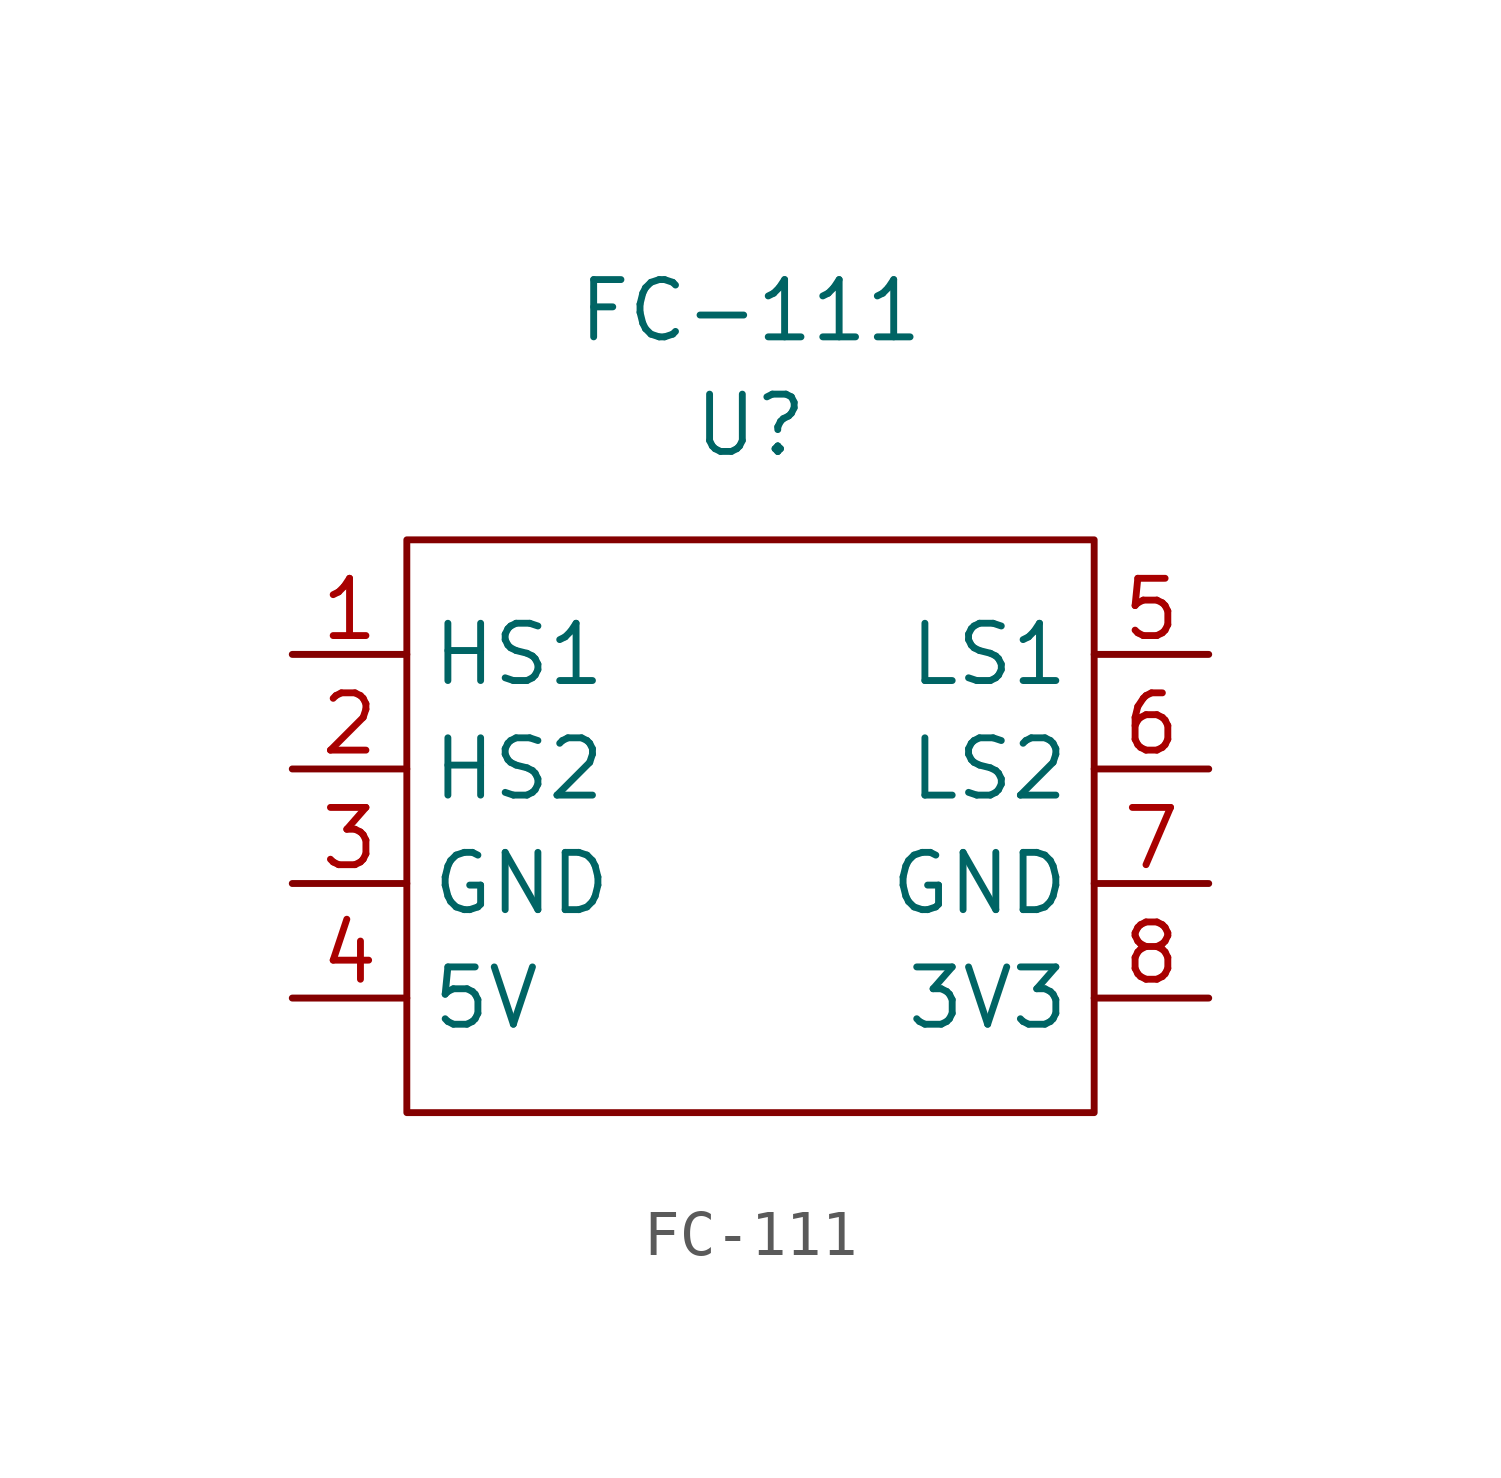
<source format=kicad_sym>
(kicad_symbol_lib
  (version 20200126)
  (host kicad_symbol_editor "(5.99.0-2044-gda2b7071b)")
  (symbol "Logic_LevelTranslator:FC-111"
    (property "Reference" "U"
      (at 0 10.16 0)
      (effects (font (size 1.27 1.27))))
    (property "Value" "FC-111"
      (at 0 12.7 0)
      (effects (font (size 1.27 1.27))))
    (symbol "FC-111_0_1"
      (rectangle (start -7.62 7.62) (end 7.62 -5.08) (stroke (width 0)) (fill (type none))))
    (symbol "FC-111_1_1"
      (pin bidirectional line (at -10.16 5.08 0) (length 2.54) (name "HS1" (effects (font (size 1.27 1.27)))) (number "1" (effects (font (size 1.27 1.27)))))
      (pin bidirectional line (at -10.16 2.54 0) (length 2.54) (name "HS2" (effects (font (size 1.27 1.27)))) (number "2" (effects (font (size 1.27 1.27)))))
      (pin power_in line (at -10.16 0 0) (length 2.54) (name "GND" (effects (font (size 1.27 1.27)))) (number "3" (effects (font (size 1.27 1.27)))))
      (pin power_in line (at -10.16 -2.54 0) (length 2.54) (name "5V" (effects (font (size 1.27 1.27)))) (number "4" (effects (font (size 1.27 1.27)))))
      (pin bidirectional line (at 10.16 5.08 180) (length 2.54) (name "LS1" (effects (font (size 1.27 1.27)))) (number "5" (effects (font (size 1.27 1.27)))))
      (pin bidirectional line (at 10.16 2.54 180) (length 2.54) (name "LS2" (effects (font (size 1.27 1.27)))) (number "6" (effects (font (size 1.27 1.27)))))
      (pin power_in line (at 10.16 0 180) (length 2.54) (name "GND" (effects (font (size 1.27 1.27)))) (number "7" (effects (font (size 1.27 1.27)))))
      (pin power_in line (at 10.16 -2.54 180) (length 2.54) (name "3V3" (effects (font (size 1.27 1.27)))) (number "8" (effects (font (size 1.27 1.27))))))))
</source>
